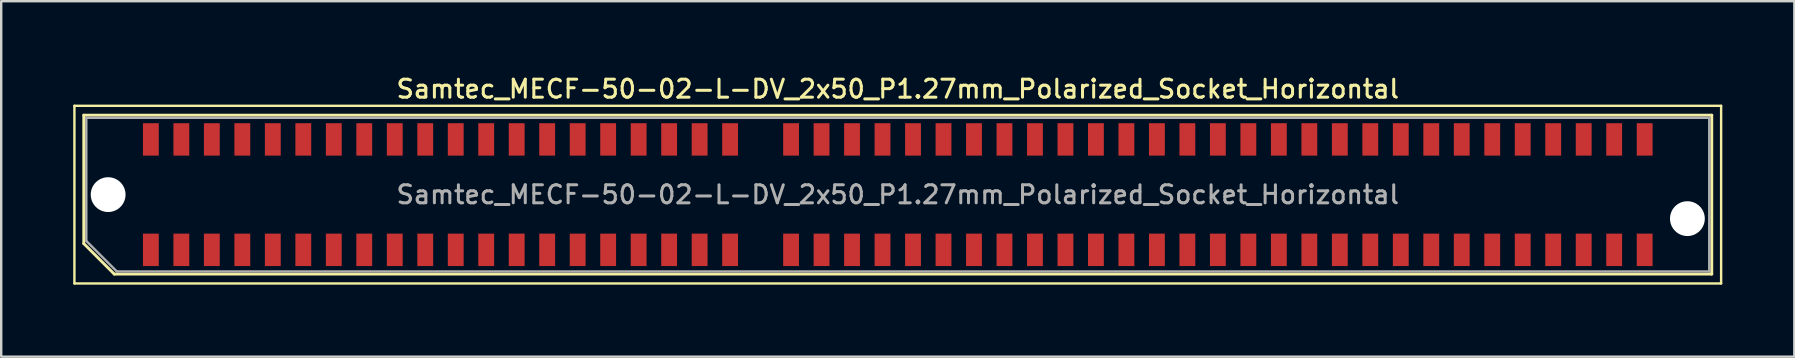
<source format=kicad_pcb>
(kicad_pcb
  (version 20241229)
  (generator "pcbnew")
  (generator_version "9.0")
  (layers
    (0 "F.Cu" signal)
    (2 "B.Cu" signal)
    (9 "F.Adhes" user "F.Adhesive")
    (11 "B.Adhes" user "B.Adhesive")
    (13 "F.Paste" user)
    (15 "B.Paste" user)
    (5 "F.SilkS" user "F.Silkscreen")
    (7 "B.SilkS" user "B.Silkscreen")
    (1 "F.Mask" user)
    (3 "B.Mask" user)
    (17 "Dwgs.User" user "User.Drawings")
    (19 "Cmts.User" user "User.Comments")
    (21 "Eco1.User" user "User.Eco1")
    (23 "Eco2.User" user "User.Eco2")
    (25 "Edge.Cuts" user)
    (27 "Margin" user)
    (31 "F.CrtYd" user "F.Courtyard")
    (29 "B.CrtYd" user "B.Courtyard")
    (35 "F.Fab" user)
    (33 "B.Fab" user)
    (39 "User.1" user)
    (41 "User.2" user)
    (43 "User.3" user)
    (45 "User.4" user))
  (footprint "Samtec_MECF-50-02-L-DV_2x50_P1.27mm_Polarized_Socket_Horizontal"
    (layer "F.Cu")
    (at 34.35 5.058)
    (property "Reference" "Samtec_MECF-50-02-L-DV_2x50_P1.27mm_Polarized_Socket_Horizontal" (at 0 -4.4 0) (layer "F.SilkS") (effects (font (size 0.75 0.75) (thickness 0.125))))
    (attr smd)
    (fp_line (start -34.3 -3.7) (end -34.3 3.7) (stroke (width 0.1) (type solid)) (layer "F.SilkS"))
    (fp_line (start -34.3 3.7) (end 34.3 3.7) (stroke (width 0.1) (type solid)) (layer "F.SilkS"))
    (fp_line (start -33.91 -3.31) (end 33.91 -3.31) (stroke (width 0.12) (type solid)) (layer "F.SilkS"))
    (fp_line (start -33.91 2.04) (end -33.91 -3.31) (stroke (width 0.12) (type solid)) (layer "F.SilkS"))
    (fp_line (start -32.64 3.31) (end -33.91 2.04) (stroke (width 0.12) (type solid)) (layer "F.SilkS"))
    (fp_line (start -32.64 3.31) (end 33.91 3.31) (stroke (width 0.12) (type solid)) (layer "F.SilkS"))
    (fp_line (start 33.91 3.31) (end 33.91 -3.31) (stroke (width 0.12) (type solid)) (layer "F.SilkS"))
    (fp_line (start 34.3 -3.7) (end -34.3 -3.7) (stroke (width 0.1) (type solid)) (layer "F.SilkS"))
    (fp_line (start 34.3 3.7) (end 34.3 -3.7) (stroke (width 0.1) (type solid)) (layer "F.SilkS"))
    (fp_line (start -33.805 -3.2) (end 33.805 -3.2) (stroke (width 0.1) (type solid)) (layer "F.Fab"))
    (fp_line (start -33.805 1.93) (end -33.805 -3.2) (stroke (width 0.1) (type solid)) (layer "F.Fab"))
    (fp_line (start -33.805 1.93) (end -32.535 3.2) (stroke (width 0.1) (type solid)) (layer "F.Fab"))
    (fp_line (start -32.535 3.2) (end 33.805 3.2) (stroke (width 0.1) (type solid)) (layer "F.Fab"))
    (fp_line (start 33.805 3.2) (end 33.805 -3.2) (stroke (width 0.1) (type solid)) (layer "F.Fab"))
    (fp_text user "${REFERENCE}" (at 0 0 0) (layer "F.Fab") (effects (font (size 0.75 0.75) (thickness 0.125))))
    (pad "" np_thru_hole circle (at -32.895 0) (size 1.45 1.45) (drill 1.45) (layers "*.Cu" "*.Mask"))
    (pad "" np_thru_hole circle (at 32.895 1) (size 1.45 1.45) (drill 1.45) (layers "*.Cu" "*.Mask"))
    (pad "1" smd rect (at -31.115 2.3) (size 0.66 1.35) (layers "F.Cu" "F.Mask" "F.Paste"))
    (pad "2" smd rect (at -31.115 -2.3) (size 0.66 1.35) (layers "F.Cu" "F.Mask" "F.Paste"))
    (pad "3" smd rect (at -29.845 2.3) (size 0.66 1.35) (layers "F.Cu" "F.Mask" "F.Paste"))
    (pad "4" smd rect (at -29.845 -2.3) (size 0.66 1.35) (layers "F.Cu" "F.Mask" "F.Paste"))
    (pad "5" smd rect (at -28.575 2.3) (size 0.66 1.35) (layers "F.Cu" "F.Mask" "F.Paste"))
    (pad "6" smd rect (at -28.575 -2.3) (size 0.66 1.35) (layers "F.Cu" "F.Mask" "F.Paste"))
    (pad "7" smd rect (at -27.305 2.3) (size 0.66 1.35) (layers "F.Cu" "F.Mask" "F.Paste"))
    (pad "8" smd rect (at -27.305 -2.3) (size 0.66 1.35) (layers "F.Cu" "F.Mask" "F.Paste"))
    (pad "9" smd rect (at -26.035 2.3) (size 0.66 1.35) (layers "F.Cu" "F.Mask" "F.Paste"))
    (pad "10" smd rect (at -26.035 -2.3) (size 0.66 1.35) (layers "F.Cu" "F.Mask" "F.Paste"))
    (pad "11" smd rect (at -24.765 2.3) (size 0.66 1.35) (layers "F.Cu" "F.Mask" "F.Paste"))
    (pad "12" smd rect (at -24.765 -2.3) (size 0.66 1.35) (layers "F.Cu" "F.Mask" "F.Paste"))
    (pad "13" smd rect (at -23.495 2.3) (size 0.66 1.35) (layers "F.Cu" "F.Mask" "F.Paste"))
    (pad "14" smd rect (at -23.495 -2.3) (size 0.66 1.35) (layers "F.Cu" "F.Mask" "F.Paste"))
    (pad "15" smd rect (at -22.225 2.3) (size 0.66 1.35) (layers "F.Cu" "F.Mask" "F.Paste"))
    (pad "16" smd rect (at -22.225 -2.3) (size 0.66 1.35) (layers "F.Cu" "F.Mask" "F.Paste"))
    (pad "17" smd rect (at -20.955 2.3) (size 0.66 1.35) (layers "F.Cu" "F.Mask" "F.Paste"))
    (pad "18" smd rect (at -20.955 -2.3) (size 0.66 1.35) (layers "F.Cu" "F.Mask" "F.Paste"))
    (pad "19" smd rect (at -19.685 2.3) (size 0.66 1.35) (layers "F.Cu" "F.Mask" "F.Paste"))
    (pad "20" smd rect (at -19.685 -2.3) (size 0.66 1.35) (layers "F.Cu" "F.Mask" "F.Paste"))
    (pad "21" smd rect (at -18.415 2.3) (size 0.66 1.35) (layers "F.Cu" "F.Mask" "F.Paste"))
    (pad "22" smd rect (at -18.415 -2.3) (size 0.66 1.35) (layers "F.Cu" "F.Mask" "F.Paste"))
    (pad "23" smd rect (at -17.145 2.3) (size 0.66 1.35) (layers "F.Cu" "F.Mask" "F.Paste"))
    (pad "24" smd rect (at -17.145 -2.3) (size 0.66 1.35) (layers "F.Cu" "F.Mask" "F.Paste"))
    (pad "25" smd rect (at -15.875 2.3) (size 0.66 1.35) (layers "F.Cu" "F.Mask" "F.Paste"))
    (pad "26" smd rect (at -15.875 -2.3) (size 0.66 1.35) (layers "F.Cu" "F.Mask" "F.Paste"))
    (pad "27" smd rect (at -14.605 2.3) (size 0.66 1.35) (layers "F.Cu" "F.Mask" "F.Paste"))
    (pad "28" smd rect (at -14.605 -2.3) (size 0.66 1.35) (layers "F.Cu" "F.Mask" "F.Paste"))
    (pad "29" smd rect (at -13.335 2.3) (size 0.66 1.35) (layers "F.Cu" "F.Mask" "F.Paste"))
    (pad "30" smd rect (at -13.335 -2.3) (size 0.66 1.35) (layers "F.Cu" "F.Mask" "F.Paste"))
    (pad "31" smd rect (at -12.065 2.3) (size 0.66 1.35) (layers "F.Cu" "F.Mask" "F.Paste"))
    (pad "32" smd rect (at -12.065 -2.3) (size 0.66 1.35) (layers "F.Cu" "F.Mask" "F.Paste"))
    (pad "33" smd rect (at -10.795 2.3) (size 0.66 1.35) (layers "F.Cu" "F.Mask" "F.Paste"))
    (pad "34" smd rect (at -10.795 -2.3) (size 0.66 1.35) (layers "F.Cu" "F.Mask" "F.Paste"))
    (pad "35" smd rect (at -9.525 2.3) (size 0.66 1.35) (layers "F.Cu" "F.Mask" "F.Paste"))
    (pad "36" smd rect (at -9.525 -2.3) (size 0.66 1.35) (layers "F.Cu" "F.Mask" "F.Paste"))
    (pad "37" smd rect (at -8.255 2.3) (size 0.66 1.35) (layers "F.Cu" "F.Mask" "F.Paste"))
    (pad "38" smd rect (at -8.255 -2.3) (size 0.66 1.35) (layers "F.Cu" "F.Mask" "F.Paste"))
    (pad "39" smd rect (at -6.985 2.3) (size 0.66 1.35) (layers "F.Cu" "F.Mask" "F.Paste"))
    (pad "40" smd rect (at -6.985 -2.3) (size 0.66 1.35) (layers "F.Cu" "F.Mask" "F.Paste"))
    (pad "43" smd rect (at -4.445 2.3) (size 0.66 1.35) (layers "F.Cu" "F.Mask" "F.Paste"))
    (pad "44" smd rect (at -4.445 -2.3) (size 0.66 1.35) (layers "F.Cu" "F.Mask" "F.Paste"))
    (pad "45" smd rect (at -3.175 2.3) (size 0.66 1.35) (layers "F.Cu" "F.Mask" "F.Paste"))
    (pad "46" smd rect (at -3.175 -2.3) (size 0.66 1.35) (layers "F.Cu" "F.Mask" "F.Paste"))
    (pad "47" smd rect (at -1.905 2.3) (size 0.66 1.35) (layers "F.Cu" "F.Mask" "F.Paste"))
    (pad "48" smd rect (at -1.905 -2.3) (size 0.66 1.35) (layers "F.Cu" "F.Mask" "F.Paste"))
    (pad "49" smd rect (at -0.635 2.3) (size 0.66 1.35) (layers "F.Cu" "F.Mask" "F.Paste"))
    (pad "50" smd rect (at -0.635 -2.3) (size 0.66 1.35) (layers "F.Cu" "F.Mask" "F.Paste"))
    (pad "51" smd rect (at 0.635 2.3) (size 0.66 1.35) (layers "F.Cu" "F.Mask" "F.Paste"))
    (pad "52" smd rect (at 0.635 -2.3) (size 0.66 1.35) (layers "F.Cu" "F.Mask" "F.Paste"))
    (pad "53" smd rect (at 1.905 2.3) (size 0.66 1.35) (layers "F.Cu" "F.Mask" "F.Paste"))
    (pad "54" smd rect (at 1.905 -2.3) (size 0.66 1.35) (layers "F.Cu" "F.Mask" "F.Paste"))
    (pad "55" smd rect (at 3.175 2.3) (size 0.66 1.35) (layers "F.Cu" "F.Mask" "F.Paste"))
    (pad "56" smd rect (at 3.175 -2.3) (size 0.66 1.35) (layers "F.Cu" "F.Mask" "F.Paste"))
    (pad "57" smd rect (at 4.445 2.3) (size 0.66 1.35) (layers "F.Cu" "F.Mask" "F.Paste"))
    (pad "58" smd rect (at 4.445 -2.3) (size 0.66 1.35) (layers "F.Cu" "F.Mask" "F.Paste"))
    (pad "59" smd rect (at 5.715 2.3) (size 0.66 1.35) (layers "F.Cu" "F.Mask" "F.Paste"))
    (pad "60" smd rect (at 5.715 -2.3) (size 0.66 1.35) (layers "F.Cu" "F.Mask" "F.Paste"))
    (pad "61" smd rect (at 6.985 2.3) (size 0.66 1.35) (layers "F.Cu" "F.Mask" "F.Paste"))
    (pad "62" smd rect (at 6.985 -2.3) (size 0.66 1.35) (layers "F.Cu" "F.Mask" "F.Paste"))
    (pad "63" smd rect (at 8.255 2.3) (size 0.66 1.35) (layers "F.Cu" "F.Mask" "F.Paste"))
    (pad "64" smd rect (at 8.255 -2.3) (size 0.66 1.35) (layers "F.Cu" "F.Mask" "F.Paste"))
    (pad "65" smd rect (at 9.525 2.3) (size 0.66 1.35) (layers "F.Cu" "F.Mask" "F.Paste"))
    (pad "66" smd rect (at 9.525 -2.3) (size 0.66 1.35) (layers "F.Cu" "F.Mask" "F.Paste"))
    (pad "67" smd rect (at 10.795 2.3) (size 0.66 1.35) (layers "F.Cu" "F.Mask" "F.Paste"))
    (pad "68" smd rect (at 10.795 -2.3) (size 0.66 1.35) (layers "F.Cu" "F.Mask" "F.Paste"))
    (pad "69" smd rect (at 12.065 2.3) (size 0.66 1.35) (layers "F.Cu" "F.Mask" "F.Paste"))
    (pad "70" smd rect (at 12.065 -2.3) (size 0.66 1.35) (layers "F.Cu" "F.Mask" "F.Paste"))
    (pad "71" smd rect (at 13.335 2.3) (size 0.66 1.35) (layers "F.Cu" "F.Mask" "F.Paste"))
    (pad "72" smd rect (at 13.335 -2.3) (size 0.66 1.35) (layers "F.Cu" "F.Mask" "F.Paste"))
    (pad "73" smd rect (at 14.605 2.3) (size 0.66 1.35) (layers "F.Cu" "F.Mask" "F.Paste"))
    (pad "74" smd rect (at 14.605 -2.3) (size 0.66 1.35) (layers "F.Cu" "F.Mask" "F.Paste"))
    (pad "75" smd rect (at 15.875 2.3) (size 0.66 1.35) (layers "F.Cu" "F.Mask" "F.Paste"))
    (pad "76" smd rect (at 15.875 -2.3) (size 0.66 1.35) (layers "F.Cu" "F.Mask" "F.Paste"))
    (pad "77" smd rect (at 17.145 2.3) (size 0.66 1.35) (layers "F.Cu" "F.Mask" "F.Paste"))
    (pad "78" smd rect (at 17.145 -2.3) (size 0.66 1.35) (layers "F.Cu" "F.Mask" "F.Paste"))
    (pad "79" smd rect (at 18.415 2.3) (size 0.66 1.35) (layers "F.Cu" "F.Mask" "F.Paste"))
    (pad "80" smd rect (at 18.415 -2.3) (size 0.66 1.35) (layers "F.Cu" "F.Mask" "F.Paste"))
    (pad "81" smd rect (at 19.685 2.3) (size 0.66 1.35) (layers "F.Cu" "F.Mask" "F.Paste"))
    (pad "82" smd rect (at 19.685 -2.3) (size 0.66 1.35) (layers "F.Cu" "F.Mask" "F.Paste"))
    (pad "83" smd rect (at 20.955 2.3) (size 0.66 1.35) (layers "F.Cu" "F.Mask" "F.Paste"))
    (pad "84" smd rect (at 20.955 -2.3) (size 0.66 1.35) (layers "F.Cu" "F.Mask" "F.Paste"))
    (pad "85" smd rect (at 22.225 2.3) (size 0.66 1.35) (layers "F.Cu" "F.Mask" "F.Paste"))
    (pad "86" smd rect (at 22.225 -2.3) (size 0.66 1.35) (layers "F.Cu" "F.Mask" "F.Paste"))
    (pad "87" smd rect (at 23.495 2.3) (size 0.66 1.35) (layers "F.Cu" "F.Mask" "F.Paste"))
    (pad "88" smd rect (at 23.495 -2.3) (size 0.66 1.35) (layers "F.Cu" "F.Mask" "F.Paste"))
    (pad "89" smd rect (at 24.765 2.3) (size 0.66 1.35) (layers "F.Cu" "F.Mask" "F.Paste"))
    (pad "90" smd rect (at 24.765 -2.3) (size 0.66 1.35) (layers "F.Cu" "F.Mask" "F.Paste"))
    (pad "91" smd rect (at 26.035 2.3) (size 0.66 1.35) (layers "F.Cu" "F.Mask" "F.Paste"))
    (pad "92" smd rect (at 26.035 -2.3) (size 0.66 1.35) (layers "F.Cu" "F.Mask" "F.Paste"))
    (pad "93" smd rect (at 27.305 2.3) (size 0.66 1.35) (layers "F.Cu" "F.Mask" "F.Paste"))
    (pad "94" smd rect (at 27.305 -2.3) (size 0.66 1.35) (layers "F.Cu" "F.Mask" "F.Paste"))
    (pad "95" smd rect (at 28.575 2.3) (size 0.66 1.35) (layers "F.Cu" "F.Mask" "F.Paste"))
    (pad "96" smd rect (at 28.575 -2.3) (size 0.66 1.35) (layers "F.Cu" "F.Mask" "F.Paste"))
    (pad "97" smd rect (at 29.845 2.3) (size 0.66 1.35) (layers "F.Cu" "F.Mask" "F.Paste"))
    (pad "98" smd rect (at 29.845 -2.3) (size 0.66 1.35) (layers "F.Cu" "F.Mask" "F.Paste"))
    (pad "99" smd rect (at 31.115 2.3) (size 0.66 1.35) (layers "F.Cu" "F.Mask" "F.Paste"))
    (pad "100" smd rect (at 31.115 -2.3) (size 0.66 1.35) (layers "F.Cu" "F.Mask" "F.Paste")))
  (gr_rect
    (start -3 -3)
    (end 71.7 11.808)
    (stroke (width 0.1) (type default))
    (fill no)
    (layer "Edge.Cuts")))
</source>
